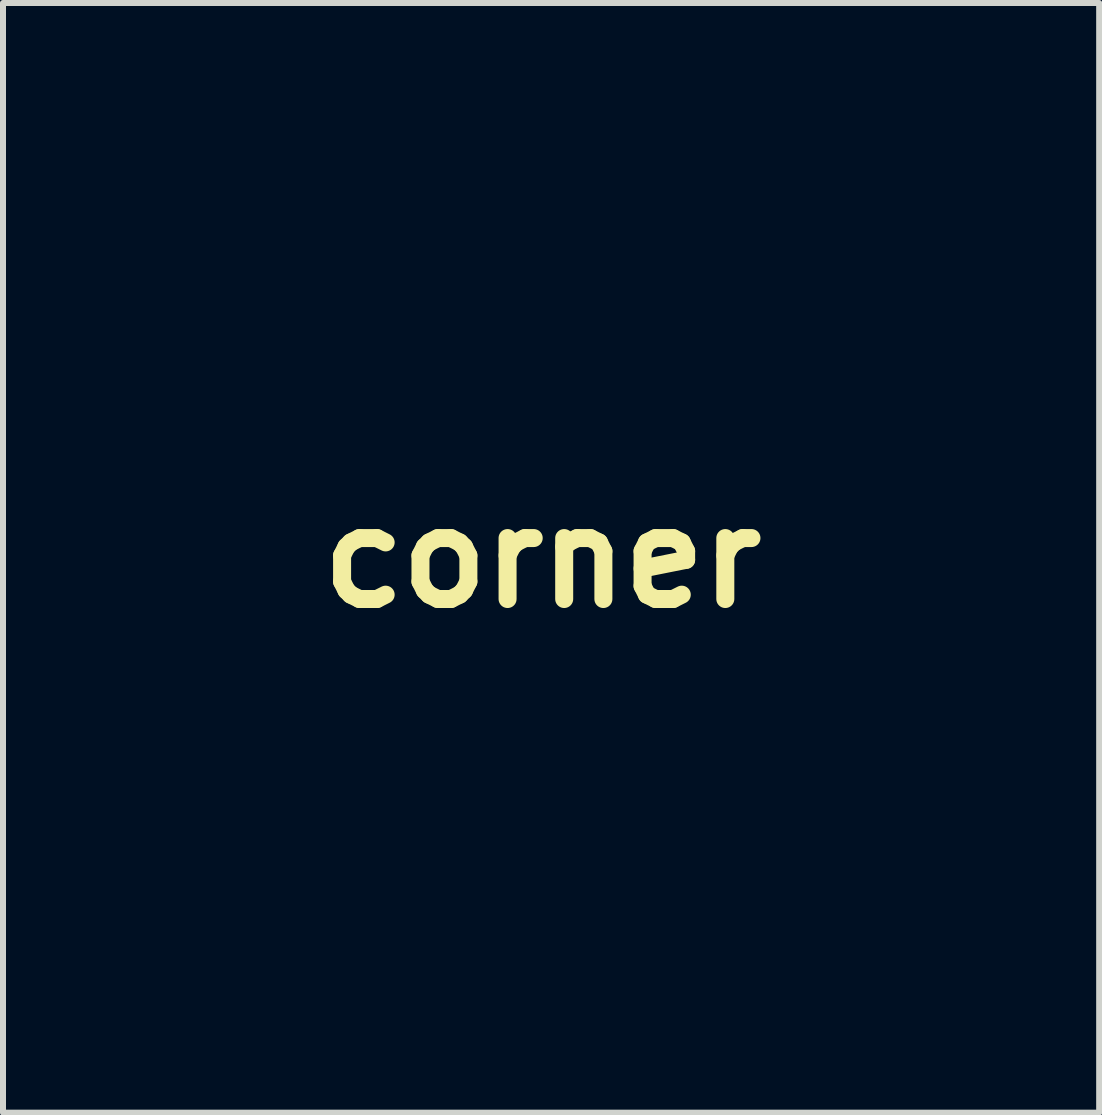
<source format=kicad_pcb>
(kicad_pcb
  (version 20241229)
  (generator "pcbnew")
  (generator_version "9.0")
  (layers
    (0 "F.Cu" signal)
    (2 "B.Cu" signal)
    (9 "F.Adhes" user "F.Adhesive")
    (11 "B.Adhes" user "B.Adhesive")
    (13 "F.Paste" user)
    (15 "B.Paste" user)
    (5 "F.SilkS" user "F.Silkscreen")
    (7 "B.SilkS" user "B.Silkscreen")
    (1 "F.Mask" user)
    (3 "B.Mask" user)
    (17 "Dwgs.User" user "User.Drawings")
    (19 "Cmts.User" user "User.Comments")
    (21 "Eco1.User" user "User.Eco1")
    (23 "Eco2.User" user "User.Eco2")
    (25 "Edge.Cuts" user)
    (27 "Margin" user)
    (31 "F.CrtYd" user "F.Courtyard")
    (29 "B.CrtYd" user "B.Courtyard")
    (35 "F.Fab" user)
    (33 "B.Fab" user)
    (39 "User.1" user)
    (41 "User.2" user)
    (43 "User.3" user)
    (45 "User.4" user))
  (footprint "corner"
    (layer "F.Cu")
    (at 5.989 6.243)
    (property "Reference" "corner" (at 0 0 0) (layer "F.SilkS") (effects (font (size 1.524 1.524) (thickness 0.3))))
    (attr through_hole)
    (fp_poly (pts (xy -1.907 2.44) (xy -2.04 2.545) (xy -2.365 2.771) (xy -2.593 2.898) (xy -2.746 2.976) (xy -2.746 -2.876) (xy -2.651 -2.918) (xy -2.577 -2.94) (xy -2.468 -2.956) (xy -2.317 -2.966) (xy -2.231 -2.97) (xy -1.907 -2.98) (xy -1.907 2.44)) (stroke (width 0.01) (type solid)) (fill yes) (layer "F.Mask"))
    (fp_poly (pts (xy -0.305 -1.602) (xy -0.962 -1.602) (xy -1.139 -1.602) (xy -1.299 -1.603) (xy -1.435 -1.605) (xy -1.54 -1.607) (xy -1.607 -1.61) (xy -1.629 -1.612) (xy -1.632 -1.64) (xy -1.634 -1.71) (xy -1.635 -1.813) (xy -1.634 -1.942) (xy -1.632 -2.045) (xy -1.625 -2.466) (xy -0.305 -2.466) (xy -0.305 -1.602)) (stroke (width 0.01) (type solid)) (fill yes) (layer "F.Mask"))
    (fp_poly (pts (xy -4.329 -1.385) (xy -4.289 -1.377) (xy -4.208 -1.37) (xy -4.096 -1.362) (xy -3.964 -1.356) (xy -3.898 -1.354) (xy -3.511 -1.341) (xy -3.51 -0.683) (xy -3.51 -0.473) (xy -3.511 -0.309) (xy -3.514 -0.186) (xy -3.518 -0.1) (xy -3.525 -0.046) (xy -3.534 -0.019) (xy -3.54 -0.014) (xy -3.575 -0.01) (xy -3.652 -0.005) (xy -3.761 -0.000349) (xy -3.892 0.004) (xy -3.973 0.006) (xy -4.373 0.015) (xy -4.373 -0.694) (xy -4.373 -0.903) (xy -4.372 -1.066) (xy -4.371 -1.188) (xy -4.368 -1.276) (xy -4.363 -1.335) (xy -4.357 -1.369) (xy -4.348 -1.385) (xy -4.337 -1.387) (xy -4.329 -1.385)) (stroke (width 0.01) (type solid)) (fill yes) (layer "F.Mask"))
    (fp_poly (pts (xy 2.71 -1.342) (xy 3.229 -1.335) (xy 3.03 -1.068) (xy 2.7 -0.665) (xy 2.336 -0.298) (xy 1.942 0.03) (xy 1.519 0.318) (xy 1.072 0.563) (xy 0.602 0.765) (xy 0.113 0.92) (xy 0.064 0.933) (xy -0.129 0.979) (xy -0.301 1.015) (xy -0.468 1.041) (xy -0.642 1.06) (xy -0.837 1.074) (xy -1.067 1.083) (xy -1.112 1.085) (xy -1.627 1.101) (xy -1.627 0.254) (xy -1.363 0.254) (xy -0.862 0.231) (xy -0.381 0.16) (xy 0.08 0.044) (xy 0.521 -0.12) (xy 0.941 -0.329) (xy 1.339 -0.584) (xy 1.714 -0.884) (xy 1.927 -1.085) (xy 2.191 -1.349) (xy 2.71 -1.342)) (stroke (width 0.01) (type solid)) (fill yes) (layer "F.Mask"))
    (fp_poly (pts (xy 0.813 -1.85) (xy 0.813 -1.612) (xy 0.812 -1.387) (xy 0.81 -1.18) (xy 0.808 -0.997) (xy 0.805 -0.845) (xy 0.802 -0.728) (xy 0.799 -0.652) (xy 0.797 -0.628) (xy 0.786 -0.579) (xy 0.765 -0.542) (xy 0.725 -0.508) (xy 0.656 -0.468) (xy 0.588 -0.434) (xy 0.489 -0.387) (xy 0.373 -0.337) (xy 0.249 -0.288) (xy 0.129 -0.243) (xy 0.025 -0.207) (xy -0.053 -0.184) (xy -0.088 -0.178) (xy -0.108 -0.19) (xy -0.108 -0.234) (xy -0.1 -0.273) (xy -0.088 -0.337) (xy -0.078 -0.419) (xy -0.07 -0.526) (xy -0.063 -0.659) (xy -0.057 -0.824) (xy -0.052 -1.024) (xy -0.048 -1.262) (xy -0.045 -1.544) (xy -0.042 -1.871) (xy -0.042 -1.907) (xy -0.036 -2.962) (xy 0.814 -2.976) (xy 0.813 -1.85)) (stroke (width 0.01) (type solid)) (fill yes) (layer "F.Mask"))
    (fp_poly (pts (xy 0.369 1.156) (xy 0.341 1.219) (xy 0.296 1.311) (xy 0.238 1.424) (xy 0.171 1.551) (xy 0.099 1.684) (xy 0.026 1.816) (xy -0.044 1.939) (xy -0.108 2.045) (xy -0.157 2.123) (xy -0.434 2.503) (xy -0.742 2.857) (xy -1.076 3.182) (xy -1.43 3.473) (xy -1.799 3.724) (xy -2.177 3.931) (xy -2.331 4.001) (xy -2.486 4.063) (xy -2.653 4.124) (xy -2.819 4.178) (xy -2.971 4.223) (xy -3.095 4.253) (xy -3.134 4.259) (xy -3.254 4.277) (xy -3.254 3.848) (xy -3.254 3.42) (xy -3.019 3.348) (xy -2.652 3.21) (xy -2.294 3.024) (xy -1.948 2.795) (xy -1.619 2.526) (xy -1.31 2.219) (xy -1.026 1.878) (xy -0.776 1.515) (xy -0.66 1.329) (xy -0.387 1.287) (xy -0.24 1.261) (xy -0.077 1.229) (xy 0.073 1.196) (xy 0.126 1.183) (xy 0.229 1.157) (xy 0.312 1.139) (xy 0.364 1.129) (xy 0.375 1.129) (xy 0.369 1.156)) (stroke (width 0.01) (type solid)) (fill yes) (layer "F.Mask"))
    (fp_poly (pts (xy -3 1.093) (xy -3.515 1.094) (xy -3.756 1.096) (xy -3.953 1.104) (xy -4.114 1.119) (xy -4.246 1.14) (xy -4.356 1.17) (xy -4.451 1.209) (xy -4.468 1.217) (xy -4.634 1.322) (xy -4.79 1.457) (xy -4.916 1.606) (xy -4.935 1.634) (xy -5.049 1.855) (xy -5.116 2.084) (xy -5.136 2.317) (xy -5.11 2.547) (xy -5.038 2.768) (xy -4.92 2.975) (xy -4.779 3.141) (xy -4.627 3.291) (xy -4.627 3.756) (xy -4.629 3.911) (xy -4.632 4.042) (xy -4.637 4.142) (xy -4.644 4.204) (xy -4.651 4.221) (xy -4.683 4.21) (xy -4.748 4.18) (xy -4.834 4.138) (xy -4.873 4.118) (xy -5.14 3.953) (xy -5.379 3.748) (xy -5.585 3.509) (xy -5.754 3.242) (xy -5.882 2.952) (xy -5.928 2.801) (xy -5.963 2.616) (xy -5.98 2.403) (xy -5.979 2.181) (xy -5.96 1.969) (xy -5.928 1.803) (xy -5.822 1.493) (xy -5.674 1.21) (xy -5.487 0.958) (xy -5.266 0.738) (xy -5.014 0.554) (xy -4.733 0.41) (xy -4.427 0.308) (xy -4.349 0.291) (xy -4.254 0.276) (xy -4.119 0.266) (xy -3.941 0.259) (xy -3.717 0.255) (xy -3.591 0.255) (xy -3 0.254) (xy -3 1.093)) (stroke (width 0.01) (type solid)) (fill yes) (layer "F.Mask"))
    (fp_poly (pts (xy 1.899 -4.09) (xy 2.126 -4.09) (xy 2.319 -4.089) (xy 2.48 -4.087) (xy 2.612 -4.085) (xy 2.717 -4.083) (xy 2.798 -4.08) (xy 2.858 -4.076) (xy 2.899 -4.072) (xy 2.924 -4.067) (xy 2.937 -4.062) (xy 2.939 -4.059) (xy 2.942 -4.017) (xy 2.939 -3.937) (xy 2.93 -3.829) (xy 2.917 -3.705) (xy 2.901 -3.577) (xy 2.884 -3.455) (xy 2.869 -3.376) (xy 2.841 -3.23) (xy 0.118 -3.223) (xy -2.606 -3.216) (xy -2.742 -3.158) (xy -2.968 -3.037) (xy -3.166 -2.875) (xy -3.205 -2.836) (xy -3.315 -2.721) (xy -3.724 -2.723) (xy -3.865 -2.725) (xy -3.992 -2.728) (xy -4.092 -2.732) (xy -4.158 -2.736) (xy -4.176 -2.738) (xy -4.208 -2.756) (xy -4.217 -2.79) (xy -4.202 -2.848) (xy -4.161 -2.937) (xy -4.1 -3.049) (xy -3.926 -3.308) (xy -3.712 -3.536) (xy -3.463 -3.73) (xy -3.181 -3.889) (xy -2.871 -4.01) (xy -2.823 -4.024) (xy -2.792 -4.033) (xy -2.762 -4.04) (xy -2.729 -4.047) (xy -2.69 -4.053) (xy -2.642 -4.058) (xy -2.582 -4.063) (xy -2.508 -4.067) (xy -2.416 -4.07) (xy -2.303 -4.073) (xy -2.166 -4.076) (xy -2.002 -4.078) (xy -1.809 -4.08) (xy -1.582 -4.081) (xy -1.32 -4.082) (xy -1.019 -4.084) (xy -0.676 -4.085) (xy -0.289 -4.086) (xy 0.147 -4.087) (xy 0.588 -4.089) (xy 0.981 -4.09) (xy 1.329 -4.09) (xy 1.634 -4.091) (xy 1.899 -4.09)) (stroke (width 0.01) (type solid)) (fill yes) (layer "F.Mask"))
    (fp_poly (pts (xy 2.326 -6.222) (xy 2.472 -6.196) (xy 2.784 -6.094) (xy 3.07 -5.95) (xy 3.326 -5.766) (xy 3.55 -5.543) (xy 3.74 -5.283) (xy 3.863 -5.057) (xy 3.934 -4.895) (xy 3.985 -4.749) (xy 4.019 -4.603) (xy 4.04 -4.446) (xy 4.048 -4.262) (xy 4.049 -4.106) (xy 4.025 -3.636) (xy 3.96 -3.186) (xy 3.909 -2.959) (xy 3.852 -2.733) (xy 3.402 -2.726) (xy 2.952 -2.719) (xy 3.001 -2.863) (xy 3.056 -3.047) (xy 3.104 -3.257) (xy 3.144 -3.481) (xy 3.175 -3.709) (xy 3.195 -3.931) (xy 3.203 -4.135) (xy 3.199 -4.312) (xy 3.182 -4.445) (xy 3.107 -4.673) (xy 2.99 -4.879) (xy 2.833 -5.059) (xy 2.643 -5.207) (xy 2.424 -5.319) (xy 2.365 -5.34) (xy 2.273 -5.367) (xy 2.189 -5.383) (xy 2.094 -5.388) (xy 1.969 -5.385) (xy 1.951 -5.384) (xy 1.829 -5.377) (xy 1.738 -5.365) (xy 1.659 -5.343) (xy 1.572 -5.307) (xy 1.489 -5.267) (xy 1.276 -5.135) (xy 1.101 -4.97) (xy 0.965 -4.774) (xy 0.871 -4.55) (xy 0.855 -4.494) (xy 0.821 -4.36) (xy -0.025 -4.347) (xy -0.025 -4.419) (xy -0.016 -4.504) (xy 0.008 -4.621) (xy 0.044 -4.754) (xy 0.087 -4.889) (xy 0.132 -5.009) (xy 0.151 -5.051) (xy 0.306 -5.325) (xy 0.501 -5.571) (xy 0.731 -5.787) (xy 0.989 -5.966) (xy 1.27 -6.104) (xy 1.501 -6.181) (xy 1.688 -6.217) (xy 1.901 -6.236) (xy 2.12 -6.238) (xy 2.326 -6.222)) (stroke (width 0.01) (type solid)) (fill yes) (layer "F.Mask"))
    (fp_poly (pts (xy -3.521 1.36) (xy -3.509 3.267) (xy -3.506 3.626) (xy -3.504 3.938) (xy -3.502 4.205) (xy -3.499 4.433) (xy -3.497 4.623) (xy -3.494 4.779) (xy -3.491 4.906) (xy -3.487 5.006) (xy -3.483 5.083) (xy -3.478 5.14) (xy -3.472 5.18) (xy -3.465 5.208) (xy -3.458 5.227) (xy -3.453 5.235) (xy -3.357 5.33) (xy -3.235 5.381) (xy -3.152 5.39) (xy -3.012 5.368) (xy -2.893 5.303) (xy -2.805 5.2) (xy -2.804 5.197) (xy -2.78 5.151) (xy -2.764 5.102) (xy -2.754 5.041) (xy -2.749 4.955) (xy -2.747 4.834) (xy -2.746 4.764) (xy -2.746 4.43) (xy -2.512 4.349) (xy -2.384 4.301) (xy -2.25 4.246) (xy -2.134 4.194) (xy -2.106 4.18) (xy -2.021 4.139) (xy -1.953 4.108) (xy -1.916 4.094) (xy -1.914 4.093) (xy -1.909 4.118) (xy -1.906 4.186) (xy -1.904 4.291) (xy -1.904 4.426) (xy -1.906 4.583) (xy -1.908 4.697) (xy -1.914 4.905) (xy -1.92 5.07) (xy -1.929 5.2) (xy -1.941 5.303) (xy -1.959 5.387) (xy -1.983 5.461) (xy -2.016 5.533) (xy -2.058 5.609) (xy -2.076 5.64) (xy -2.217 5.832) (xy -2.395 5.995) (xy -2.601 6.123) (xy -2.74 6.181) (xy -2.869 6.214) (xy -3.021 6.236) (xy -3.175 6.245) (xy -3.312 6.239) (xy -3.369 6.23) (xy -3.611 6.152) (xy -3.828 6.034) (xy -4.014 5.881) (xy -4.166 5.696) (xy -4.279 5.483) (xy -4.345 5.268) (xy -4.351 5.213) (xy -4.357 5.111) (xy -4.362 4.962) (xy -4.365 4.765) (xy -4.369 4.52) (xy -4.371 4.227) (xy -4.372 3.884) (xy -4.373 3.491) (xy -4.373 3.295) (xy -4.373 1.457) (xy -4.312 1.43) (xy -4.202 1.394) (xy -4.057 1.368) (xy -3.893 1.353) (xy -3.738 1.352) (xy -3.521 1.36)) (stroke (width 0.01) (type solid)) (fill yes) (layer "F.Mask"))
    (fp_poly (pts (xy 4.801 -4.087) (xy 5.007 -4.079) (xy 5.172 -4.068) (xy 5.305 -4.05) (xy 5.417 -4.025) (xy 5.517 -3.989) (xy 5.615 -3.942) (xy 5.681 -3.905) (xy 5.85 -3.778) (xy 6.001 -3.613) (xy 6.125 -3.421) (xy 6.216 -3.213) (xy 6.261 -3.03) (xy 6.273 -2.79) (xy 6.238 -2.555) (xy 6.159 -2.332) (xy 6.04 -2.127) (xy 5.885 -1.947) (xy 5.696 -1.801) (xy 5.625 -1.759) (xy 5.573 -1.732) (xy 5.525 -1.708) (xy 5.476 -1.688) (xy 5.423 -1.67) (xy 5.363 -1.655) (xy 5.292 -1.642) (xy 5.206 -1.632) (xy 5.103 -1.623) (xy 4.977 -1.617) (xy 4.827 -1.612) (xy 4.647 -1.608) (xy 4.436 -1.605) (xy 4.188 -1.604) (xy 3.902 -1.603) (xy 3.572 -1.602) (xy 3.196 -1.602) (xy 3.096 -1.602) (xy 1.068 -1.602) (xy 1.068 -2.466) (xy 3.108 -2.466) (xy 3.478 -2.466) (xy 3.801 -2.467) (xy 4.079 -2.467) (xy 4.317 -2.468) (xy 4.518 -2.469) (xy 4.685 -2.47) (xy 4.821 -2.472) (xy 4.931 -2.474) (xy 5.017 -2.478) (xy 5.083 -2.482) (xy 5.132 -2.486) (xy 5.168 -2.492) (xy 5.194 -2.499) (xy 5.213 -2.507) (xy 5.229 -2.516) (xy 5.232 -2.517) (xy 5.331 -2.603) (xy 5.392 -2.712) (xy 5.415 -2.831) (xy 5.402 -2.952) (xy 5.351 -3.063) (xy 5.264 -3.153) (xy 5.212 -3.184) (xy 5.171 -3.201) (xy 5.119 -3.213) (xy 5.048 -3.221) (xy 4.95 -3.226) (xy 4.815 -3.229) (xy 4.685 -3.229) (xy 4.517 -3.23) (xy 4.394 -3.233) (xy 4.312 -3.238) (xy 4.264 -3.247) (xy 4.246 -3.258) (xy 4.246 -3.261) (xy 4.248 -3.298) (xy 4.255 -3.374) (xy 4.265 -3.476) (xy 4.273 -3.56) (xy 4.286 -3.689) (xy 4.299 -3.815) (xy 4.309 -3.921) (xy 4.313 -3.963) (xy 4.327 -4.1) (xy 4.801 -4.087)) (stroke (width 0.01) (type solid)) (fill yes) (layer "F.Mask"))
    (fp_poly (pts (xy -3.829 -5.69) (xy -3.679 -5.682) (xy -3.561 -5.669) (xy -3.458 -5.649) (xy -3.353 -5.618) (xy -3.299 -5.601) (xy -3.009 -5.475) (xy -2.742 -5.309) (xy -2.504 -5.107) (xy -2.299 -4.875) (xy -2.134 -4.617) (xy -2.074 -4.494) (xy -2.013 -4.355) (xy -2.324 -4.34) (xy -2.46 -4.331) (xy -2.592 -4.319) (xy -2.704 -4.306) (xy -2.772 -4.294) (xy -2.851 -4.279) (xy -2.897 -4.278) (xy -2.925 -4.294) (xy -2.947 -4.325) (xy -3.011 -4.408) (xy -3.104 -4.503) (xy -3.21 -4.596) (xy -3.314 -4.675) (xy -3.371 -4.709) (xy -3.593 -4.801) (xy -3.819 -4.846) (xy -4.046 -4.847) (xy -4.265 -4.806) (xy -4.473 -4.726) (xy -4.662 -4.609) (xy -4.828 -4.458) (xy -4.965 -4.276) (xy -5.066 -4.066) (xy -5.111 -3.912) (xy -5.131 -3.749) (xy -5.129 -3.566) (xy -5.105 -3.384) (xy -5.062 -3.226) (xy -5.061 -3.222) (xy -4.959 -3.023) (xy -4.816 -2.841) (xy -4.641 -2.686) (xy -4.444 -2.567) (xy -4.379 -2.539) (xy -4.329 -2.52) (xy -4.279 -2.506) (xy -4.22 -2.494) (xy -4.146 -2.486) (xy -4.048 -2.48) (xy -3.92 -2.475) (xy -3.753 -2.47) (xy -3.623 -2.467) (xy -3.013 -2.454) (xy -2.999 -1.602) (xy -3.54 -1.605) (xy -3.713 -1.607) (xy -3.879 -1.611) (xy -4.029 -1.616) (xy -4.151 -1.623) (xy -4.235 -1.63) (xy -4.245 -1.632) (xy -4.549 -1.7) (xy -4.835 -1.813) (xy -5.099 -1.969) (xy -5.338 -2.161) (xy -5.547 -2.388) (xy -5.721 -2.644) (xy -5.856 -2.926) (xy -5.927 -3.142) (xy -5.962 -3.319) (xy -5.981 -3.524) (xy -5.984 -3.737) (xy -5.971 -3.94) (xy -5.942 -4.116) (xy -5.939 -4.132) (xy -5.836 -4.433) (xy -5.691 -4.713) (xy -5.507 -4.968) (xy -5.29 -5.192) (xy -5.043 -5.38) (xy -4.77 -5.528) (xy -4.681 -5.566) (xy -4.492 -5.629) (xy -4.307 -5.67) (xy -4.111 -5.69) (xy -3.886 -5.692) (xy -3.829 -5.69)) (stroke (width 0.01) (type solid)) (fill yes) (layer "F.Mask")))
  (gr_rect
    (start -3 -3)
    (end 15.267 15.492)
    (stroke (width 0.1) (type default))
    (fill no)
    (layer "Edge.Cuts")))
</source>
